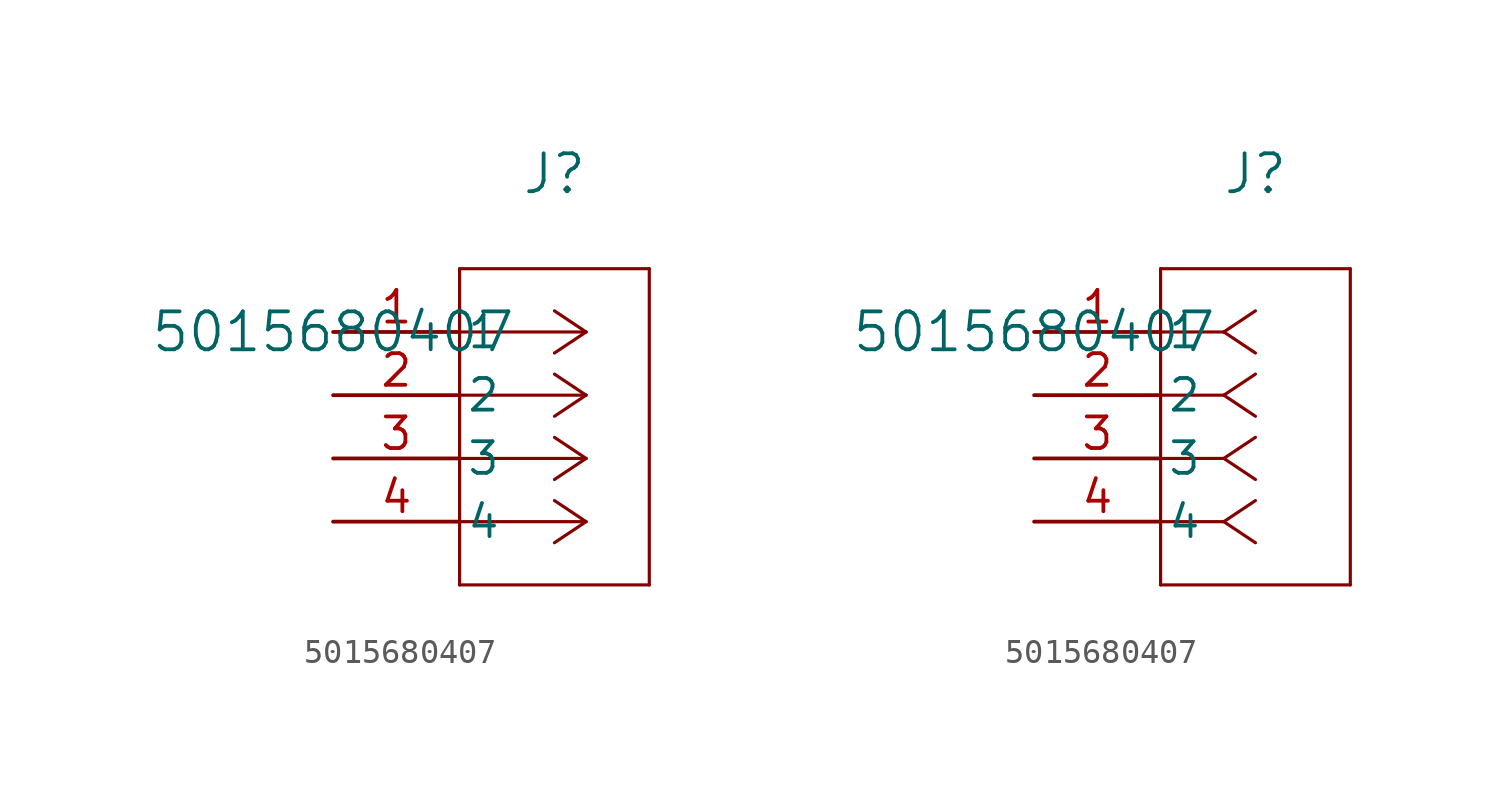
<source format=kicad_sym>
(kicad_symbol_lib
  (version 20211014)
  (generator kicad_symbol_editor)
  (symbol "5015680407"
    (pin_names
      (offset 0.254))
    (property "Reference" "J"
      (at 8.89 6.35 0)
      (effects (font (size 1.524 1.524))))
    (property "Value" "5015680407"
      (at 0 0 0)
      (effects (font (size 1.524 1.524))))
    (symbol "5015680407_1_1"
      (polyline (pts (xy 10.16 0) (xy 5.08 0)) (stroke (width 0.127) (type default) (color 0 0 0 0)) (fill (type none)))
      (polyline (pts (xy 10.16 -2.54) (xy 5.08 -2.54)) (stroke (width 0.127) (type default) (color 0 0 0 0)) (fill (type none)))
      (polyline (pts (xy 10.16 -5.08) (xy 5.08 -5.08)) (stroke (width 0.127) (type default) (color 0 0 0 0)) (fill (type none)))
      (polyline (pts (xy 10.16 -7.62) (xy 5.08 -7.62)) (stroke (width 0.127) (type default) (color 0 0 0 0)) (fill (type none)))
      (polyline (pts (xy 10.16 0) (xy 8.89 0.847)) (stroke (width 0.127) (type default) (color 0 0 0 0)) (fill (type none)))
      (polyline (pts (xy 10.16 -2.54) (xy 8.89 -1.693)) (stroke (width 0.127) (type default) (color 0 0 0 0)) (fill (type none)))
      (polyline (pts (xy 10.16 -5.08) (xy 8.89 -4.233)) (stroke (width 0.127) (type default) (color 0 0 0 0)) (fill (type none)))
      (polyline (pts (xy 10.16 -7.62) (xy 8.89 -6.773)) (stroke (width 0.127) (type default) (color 0 0 0 0)) (fill (type none)))
      (polyline (pts (xy 10.16 0) (xy 8.89 -0.847)) (stroke (width 0.127) (type default) (color 0 0 0 0)) (fill (type none)))
      (polyline (pts (xy 10.16 -2.54) (xy 8.89 -3.387)) (stroke (width 0.127) (type default) (color 0 0 0 0)) (fill (type none)))
      (polyline (pts (xy 10.16 -5.08) (xy 8.89 -5.927)) (stroke (width 0.127) (type default) (color 0 0 0 0)) (fill (type none)))
      (polyline (pts (xy 10.16 -7.62) (xy 8.89 -8.467)) (stroke (width 0.127) (type default) (color 0 0 0 0)) (fill (type none)))
      (polyline (pts (xy 5.08 2.54) (xy 5.08 -10.16)) (stroke (width 0.127) (type default) (color 0 0 0 0)) (fill (type none)))
      (polyline (pts (xy 5.08 -10.16) (xy 12.7 -10.16)) (stroke (width 0.127) (type default) (color 0 0 0 0)) (fill (type none)))
      (polyline (pts (xy 12.7 -10.16) (xy 12.7 2.54)) (stroke (width 0.127) (type default) (color 0 0 0 0)) (fill (type none)))
      (polyline (pts (xy 12.7 2.54) (xy 5.08 2.54)) (stroke (width 0.127) (type default) (color 0 0 0 0)) (fill (type none)))
      (pin unspecified line (at 0 0 0) (length 5.08) (name "1" (effects (font (size 1.27 1.27)))) (number "1" (effects (font (size 1.27 1.27)))))
      (pin unspecified line (at 0 -2.54 0) (length 5.08) (name "2" (effects (font (size 1.27 1.27)))) (number "2" (effects (font (size 1.27 1.27)))))
      (pin unspecified line (at 0 -5.08 0) (length 5.08) (name "3" (effects (font (size 1.27 1.27)))) (number "3" (effects (font (size 1.27 1.27)))))
      (pin unspecified line (at 0 -7.62 0) (length 5.08) (name "4" (effects (font (size 1.27 1.27)))) (number "4" (effects (font (size 1.27 1.27))))))
    (symbol "5015680407_1_2"
      (polyline (pts (xy 7.62 0) (xy 5.08 0)) (stroke (width 0.127) (type default) (color 0 0 0 0)) (fill (type none)))
      (polyline (pts (xy 7.62 -2.54) (xy 5.08 -2.54)) (stroke (width 0.127) (type default) (color 0 0 0 0)) (fill (type none)))
      (polyline (pts (xy 7.62 -5.08) (xy 5.08 -5.08)) (stroke (width 0.127) (type default) (color 0 0 0 0)) (fill (type none)))
      (polyline (pts (xy 7.62 -7.62) (xy 5.08 -7.62)) (stroke (width 0.127) (type default) (color 0 0 0 0)) (fill (type none)))
      (polyline (pts (xy 7.62 0) (xy 8.89 0.847)) (stroke (width 0.127) (type default) (color 0 0 0 0)) (fill (type none)))
      (polyline (pts (xy 7.62 -2.54) (xy 8.89 -1.693)) (stroke (width 0.127) (type default) (color 0 0 0 0)) (fill (type none)))
      (polyline (pts (xy 7.62 -5.08) (xy 8.89 -4.233)) (stroke (width 0.127) (type default) (color 0 0 0 0)) (fill (type none)))
      (polyline (pts (xy 7.62 -7.62) (xy 8.89 -6.773)) (stroke (width 0.127) (type default) (color 0 0 0 0)) (fill (type none)))
      (polyline (pts (xy 7.62 0) (xy 8.89 -0.847)) (stroke (width 0.127) (type default) (color 0 0 0 0)) (fill (type none)))
      (polyline (pts (xy 7.62 -2.54) (xy 8.89 -3.387)) (stroke (width 0.127) (type default) (color 0 0 0 0)) (fill (type none)))
      (polyline (pts (xy 7.62 -5.08) (xy 8.89 -5.927)) (stroke (width 0.127) (type default) (color 0 0 0 0)) (fill (type none)))
      (polyline (pts (xy 7.62 -7.62) (xy 8.89 -8.467)) (stroke (width 0.127) (type default) (color 0 0 0 0)) (fill (type none)))
      (polyline (pts (xy 5.08 2.54) (xy 5.08 -10.16)) (stroke (width 0.127) (type default) (color 0 0 0 0)) (fill (type none)))
      (polyline (pts (xy 5.08 -10.16) (xy 12.7 -10.16)) (stroke (width 0.127) (type default) (color 0 0 0 0)) (fill (type none)))
      (polyline (pts (xy 12.7 -10.16) (xy 12.7 2.54)) (stroke (width 0.127) (type default) (color 0 0 0 0)) (fill (type none)))
      (polyline (pts (xy 12.7 2.54) (xy 5.08 2.54)) (stroke (width 0.127) (type default) (color 0 0 0 0)) (fill (type none)))
      (pin unspecified line (at 0 0 0) (length 5.08) (name "1" (effects (font (size 1.27 1.27)))) (number "1" (effects (font (size 1.27 1.27)))))
      (pin unspecified line (at 0 -2.54 0) (length 5.08) (name "2" (effects (font (size 1.27 1.27)))) (number "2" (effects (font (size 1.27 1.27)))))
      (pin unspecified line (at 0 -5.08 0) (length 5.08) (name "3" (effects (font (size 1.27 1.27)))) (number "3" (effects (font (size 1.27 1.27)))))
      (pin unspecified line (at 0 -7.62 0) (length 5.08) (name "4" (effects (font (size 1.27 1.27)))) (number "4" (effects (font (size 1.27 1.27))))))))
</source>
